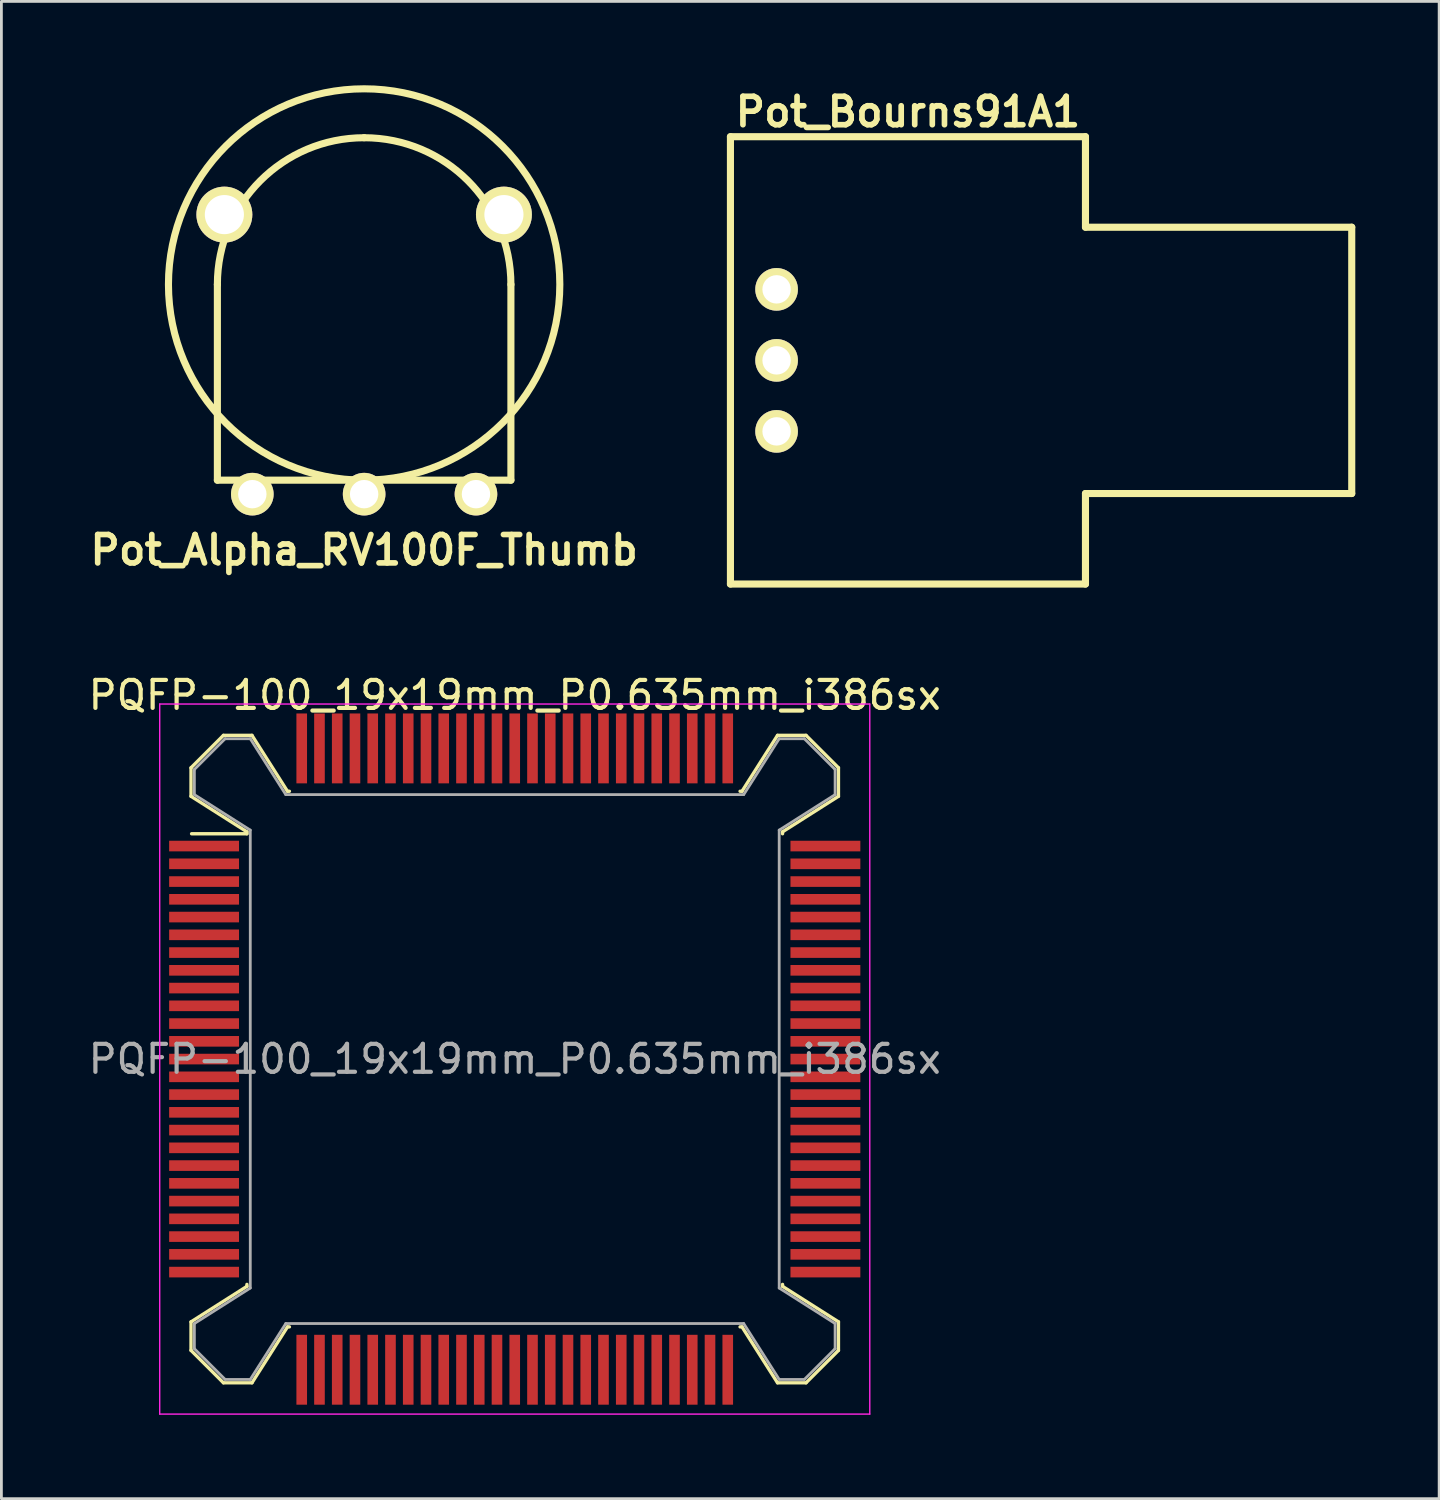
<source format=kicad_pcb>
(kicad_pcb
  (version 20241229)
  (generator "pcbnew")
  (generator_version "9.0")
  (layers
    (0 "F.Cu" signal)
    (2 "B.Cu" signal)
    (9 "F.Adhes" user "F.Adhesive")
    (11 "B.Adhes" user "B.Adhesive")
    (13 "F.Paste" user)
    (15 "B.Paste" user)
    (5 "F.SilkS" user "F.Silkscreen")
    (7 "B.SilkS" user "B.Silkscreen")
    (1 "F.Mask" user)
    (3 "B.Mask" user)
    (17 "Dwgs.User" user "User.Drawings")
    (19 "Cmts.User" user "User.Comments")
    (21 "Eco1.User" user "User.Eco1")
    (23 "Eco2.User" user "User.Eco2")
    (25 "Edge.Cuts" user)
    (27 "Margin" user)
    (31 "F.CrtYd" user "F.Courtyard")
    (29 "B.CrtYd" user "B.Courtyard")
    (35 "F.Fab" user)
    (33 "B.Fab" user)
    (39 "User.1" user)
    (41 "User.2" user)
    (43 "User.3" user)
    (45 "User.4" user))
  (footprint "Pot_Bourns91A1"
    (layer "F.Cu")
    (at 35.779 9.841)
    (property "Reference" "Pot_Bourns91A1" (at -6.35 -8.89 0) (layer "F.SilkS") (effects (font (size 1.016 1.016) (thickness 0.203))))
    (attr through_hole)
    (fp_line (start -12.7 -8.001) (end 0 -8.001) (stroke (width 0.254) (type solid)) (layer "F.SilkS"))
    (fp_line (start -12.7 8.001) (end -12.7 -8.001) (stroke (width 0.254) (type solid)) (layer "F.SilkS"))
    (fp_line (start 0 -4.763) (end 0 -8.001) (stroke (width 0.254) (type solid)) (layer "F.SilkS"))
    (fp_line (start 0 -4.763) (end 9.525 -4.763) (stroke (width 0.254) (type solid)) (layer "F.SilkS"))
    (fp_line (start 0 4.763) (end 0 8.001) (stroke (width 0.254) (type solid)) (layer "F.SilkS"))
    (fp_line (start 0 8.001) (end -12.7 8.001) (stroke (width 0.254) (type solid)) (layer "F.SilkS"))
    (fp_line (start 9.525 -4.763) (end 9.525 4.763) (stroke (width 0.254) (type solid)) (layer "F.SilkS"))
    (fp_line (start 9.525 4.763) (end 0 4.763) (stroke (width 0.254) (type solid)) (layer "F.SilkS"))
    (pad "1" thru_hole circle (at -11.049 2.54) (size 1.524 1.524) (drill 1.016) (layers "*.Cu" "*.Mask" "F.SilkS"))
    (pad "2" thru_hole circle (at -11.049 0) (size 1.524 1.524) (drill 1.016) (layers "*.Cu" "*.Mask" "F.SilkS"))
    (pad "3" thru_hole circle (at -11.049 -2.54) (size 1.524 1.524) (drill 1.016) (layers "*.Cu" "*.Mask" "F.SilkS")))
  (footprint "PQFP-100_19x19mm_P0.635mm_i386sx"
    (layer "F.Cu")
    (at 15.363 34.835)
    (property "Reference" "PQFP-100_19x19mm_P0.635mm_i386sx" (at 0 -13.018 0) (layer "F.SilkS") (effects (font (size 1 1) (thickness 0.15))))
    (attr smd)
    (fp_line (start -11.58 -10.42) (end -10.42 -11.58) (stroke (width 0.12) (type solid)) (layer "F.SilkS"))
    (fp_line (start -11.58 -9.4) (end -11.58 -10.42) (stroke (width 0.12) (type solid)) (layer "F.SilkS"))
    (fp_line (start -11.58 -9.4) (end -9.58 -8.13) (stroke (width 0.12) (type solid)) (layer "F.SilkS"))
    (fp_line (start -11.58 9.4) (end -11.58 10.42) (stroke (width 0.12) (type solid)) (layer "F.SilkS"))
    (fp_line (start -11.58 9.4) (end -9.58 8.13) (stroke (width 0.12) (type solid)) (layer "F.SilkS"))
    (fp_line (start -11.58 10.42) (end -10.42 11.58) (stroke (width 0.12) (type solid)) (layer "F.SilkS"))
    (fp_line (start -11.56 -8.06) (end -9.58 -8.06) (stroke (width 0.12) (type solid)) (layer "F.SilkS"))
    (fp_line (start -9.58 -8.13) (end -9.58 -8.06) (stroke (width 0.12) (type solid)) (layer "F.SilkS"))
    (fp_line (start -9.58 8.13) (end -9.58 8.06) (stroke (width 0.12) (type solid)) (layer "F.SilkS"))
    (fp_line (start -9.4 -11.58) (end -10.42 -11.58) (stroke (width 0.12) (type solid)) (layer "F.SilkS"))
    (fp_line (start -9.4 11.58) (end -10.42 11.58) (stroke (width 0.12) (type solid)) (layer "F.SilkS"))
    (fp_line (start -8.13 -9.58) (end -9.4 -11.58) (stroke (width 0.12) (type solid)) (layer "F.SilkS"))
    (fp_line (start -8.13 9.58) (end -9.4 11.58) (stroke (width 0.12) (type solid)) (layer "F.SilkS"))
    (fp_line (start -8.06 -9.58) (end -8.13 -9.58) (stroke (width 0.12) (type solid)) (layer "F.SilkS"))
    (fp_line (start -8.06 9.58) (end -8.13 9.58) (stroke (width 0.12) (type solid)) (layer "F.SilkS"))
    (fp_line (start 8.06 -9.58) (end 8.13 -9.58) (stroke (width 0.12) (type solid)) (layer "F.SilkS"))
    (fp_line (start 8.06 9.58) (end 8.13 9.58) (stroke (width 0.12) (type solid)) (layer "F.SilkS"))
    (fp_line (start 8.13 -9.58) (end 9.4 -11.58) (stroke (width 0.12) (type solid)) (layer "F.SilkS"))
    (fp_line (start 8.13 9.58) (end 9.4 11.58) (stroke (width 0.12) (type solid)) (layer "F.SilkS"))
    (fp_line (start 9.4 -11.58) (end 10.42 -11.58) (stroke (width 0.12) (type solid)) (layer "F.SilkS"))
    (fp_line (start 9.4 11.58) (end 10.42 11.58) (stroke (width 0.12) (type solid)) (layer "F.SilkS"))
    (fp_line (start 9.58 -8.13) (end 9.58 -8.06) (stroke (width 0.12) (type solid)) (layer "F.SilkS"))
    (fp_line (start 9.58 8.13) (end 9.58 8.06) (stroke (width 0.12) (type solid)) (layer "F.SilkS"))
    (fp_line (start 11.58 -10.42) (end 10.42 -11.58) (stroke (width 0.12) (type solid)) (layer "F.SilkS"))
    (fp_line (start 11.58 -9.4) (end 9.58 -8.13) (stroke (width 0.12) (type solid)) (layer "F.SilkS"))
    (fp_line (start 11.58 -9.4) (end 11.58 -10.42) (stroke (width 0.12) (type solid)) (layer "F.SilkS"))
    (fp_line (start 11.58 9.4) (end 9.58 8.13) (stroke (width 0.12) (type solid)) (layer "F.SilkS"))
    (fp_line (start 11.58 9.4) (end 11.58 10.42) (stroke (width 0.12) (type solid)) (layer "F.SilkS"))
    (fp_line (start 11.58 10.42) (end 10.42 11.58) (stroke (width 0.12) (type solid)) (layer "F.SilkS"))
    (fp_line (start -12.7 -12.7) (end -12.7 12.7) (stroke (width 0.05) (type solid)) (layer "F.CrtYd"))
    (fp_line (start 12.7 -12.7) (end -12.7 -12.7) (stroke (width 0.05) (type solid)) (layer "F.CrtYd"))
    (fp_line (start 12.7 -12.7) (end 12.7 12.7) (stroke (width 0.05) (type solid)) (layer "F.CrtYd"))
    (fp_line (start 12.7 12.7) (end -12.7 12.7) (stroke (width 0.05) (type solid)) (layer "F.CrtYd"))
    (fp_line (start -11.46 -10.36) (end -10.36 -11.46) (stroke (width 0.1) (type solid)) (layer "F.Fab"))
    (fp_line (start -11.46 -9.46) (end -11.46 -10.36) (stroke (width 0.1) (type solid)) (layer "F.Fab"))
    (fp_line (start -11.46 -9.46) (end -9.46 -8.19) (stroke (width 0.1) (type solid)) (layer "F.Fab"))
    (fp_line (start -11.46 9.46) (end -11.46 10.36) (stroke (width 0.1) (type solid)) (layer "F.Fab"))
    (fp_line (start -11.46 9.46) (end -9.46 8.19) (stroke (width 0.1) (type solid)) (layer "F.Fab"))
    (fp_line (start -11.46 10.36) (end -10.36 11.46) (stroke (width 0.1) (type solid)) (layer "F.Fab"))
    (fp_line (start -10.36 -11.46) (end -9.46 -11.46) (stroke (width 0.1) (type solid)) (layer "F.Fab"))
    (fp_line (start -10.36 11.46) (end -9.46 11.46) (stroke (width 0.1) (type solid)) (layer "F.Fab"))
    (fp_line (start -9.46 -11.46) (end -8.19 -9.46) (stroke (width 0.1) (type solid)) (layer "F.Fab"))
    (fp_line (start -9.46 8.19) (end -9.46 -8.19) (stroke (width 0.1) (type solid)) (layer "F.Fab"))
    (fp_line (start -9.46 11.46) (end -8.19 9.46) (stroke (width 0.1) (type solid)) (layer "F.Fab"))
    (fp_line (start -8.19 -9.46) (end 8.19 -9.46) (stroke (width 0.1) (type solid)) (layer "F.Fab"))
    (fp_line (start 8.19 9.46) (end -8.19 9.46) (stroke (width 0.1) (type solid)) (layer "F.Fab"))
    (fp_line (start 9.46 -11.46) (end 8.19 -9.46) (stroke (width 0.1) (type solid)) (layer "F.Fab"))
    (fp_line (start 9.46 -8.19) (end 9.46 8.19) (stroke (width 0.1) (type solid)) (layer "F.Fab"))
    (fp_line (start 9.46 11.46) (end 8.19 9.46) (stroke (width 0.1) (type solid)) (layer "F.Fab"))
    (fp_line (start 10.36 -11.46) (end 9.46 -11.46) (stroke (width 0.1) (type solid)) (layer "F.Fab"))
    (fp_line (start 10.36 11.46) (end 9.46 11.46) (stroke (width 0.1) (type solid)) (layer "F.Fab"))
    (fp_line (start 11.46 -10.36) (end 10.36 -11.46) (stroke (width 0.1) (type solid)) (layer "F.Fab"))
    (fp_line (start 11.46 -9.46) (end 9.46 -8.19) (stroke (width 0.1) (type solid)) (layer "F.Fab"))
    (fp_line (start 11.46 -9.46) (end 11.46 -10.36) (stroke (width 0.1) (type solid)) (layer "F.Fab"))
    (fp_line (start 11.46 9.46) (end 9.46 8.19) (stroke (width 0.1) (type solid)) (layer "F.Fab"))
    (fp_line (start 11.46 9.46) (end 11.46 10.36) (stroke (width 0.1) (type solid)) (layer "F.Fab"))
    (fp_line (start 11.46 10.36) (end 10.36 11.46) (stroke (width 0.1) (type solid)) (layer "F.Fab"))
    (fp_text user "${REFERENCE}" (at 0 0 0) (layer "F.Fab") (effects (font (size 1 1) (thickness 0.15))))
    (pad "1" smd rect (at -11.113 -7.62) (size 2.5 0.38) (layers "F.Cu" "F.Mask" "F.Paste"))
    (pad "2" smd rect (at -11.113 -6.985) (size 2.5 0.38) (layers "F.Cu" "F.Mask" "F.Paste"))
    (pad "3" smd rect (at -11.113 -6.35) (size 2.5 0.38) (layers "F.Cu" "F.Mask" "F.Paste"))
    (pad "4" smd rect (at -11.113 -5.715) (size 2.5 0.38) (layers "F.Cu" "F.Mask" "F.Paste"))
    (pad "5" smd rect (at -11.113 -5.08) (size 2.5 0.38) (layers "F.Cu" "F.Mask" "F.Paste"))
    (pad "6" smd rect (at -11.113 -4.445) (size 2.5 0.38) (layers "F.Cu" "F.Mask" "F.Paste"))
    (pad "7" smd rect (at -11.113 -3.81) (size 2.5 0.38) (layers "F.Cu" "F.Mask" "F.Paste"))
    (pad "8" smd rect (at -11.113 -3.175) (size 2.5 0.38) (layers "F.Cu" "F.Mask" "F.Paste"))
    (pad "9" smd rect (at -11.113 -2.54) (size 2.5 0.38) (layers "F.Cu" "F.Mask" "F.Paste"))
    (pad "10" smd rect (at -11.113 -1.905) (size 2.5 0.38) (layers "F.Cu" "F.Mask" "F.Paste"))
    (pad "11" smd rect (at -11.113 -1.27) (size 2.5 0.38) (layers "F.Cu" "F.Mask" "F.Paste"))
    (pad "12" smd rect (at -11.113 -0.635) (size 2.5 0.38) (layers "F.Cu" "F.Mask" "F.Paste"))
    (pad "13" smd rect (at -11.113 0) (size 2.5 0.38) (layers "F.Cu" "F.Mask" "F.Paste"))
    (pad "14" smd rect (at -11.113 0.635) (size 2.5 0.38) (layers "F.Cu" "F.Mask" "F.Paste"))
    (pad "15" smd rect (at -11.113 1.27) (size 2.5 0.38) (layers "F.Cu" "F.Mask" "F.Paste"))
    (pad "16" smd rect (at -11.113 1.905) (size 2.5 0.38) (layers "F.Cu" "F.Mask" "F.Paste"))
    (pad "17" smd rect (at -11.113 2.54) (size 2.5 0.38) (layers "F.Cu" "F.Mask" "F.Paste"))
    (pad "18" smd rect (at -11.113 3.175) (size 2.5 0.38) (layers "F.Cu" "F.Mask" "F.Paste"))
    (pad "19" smd rect (at -11.113 3.81) (size 2.5 0.38) (layers "F.Cu" "F.Mask" "F.Paste"))
    (pad "20" smd rect (at -11.113 4.445) (size 2.5 0.38) (layers "F.Cu" "F.Mask" "F.Paste"))
    (pad "21" smd rect (at -11.113 5.08) (size 2.5 0.38) (layers "F.Cu" "F.Mask" "F.Paste"))
    (pad "22" smd rect (at -11.113 5.715) (size 2.5 0.38) (layers "F.Cu" "F.Mask" "F.Paste"))
    (pad "23" smd rect (at -11.113 6.35) (size 2.5 0.38) (layers "F.Cu" "F.Mask" "F.Paste"))
    (pad "24" smd rect (at -11.113 6.985) (size 2.5 0.38) (layers "F.Cu" "F.Mask" "F.Paste"))
    (pad "25" smd rect (at -11.113 7.62) (size 2.5 0.38) (layers "F.Cu" "F.Mask" "F.Paste"))
    (pad "26" smd rect (at -7.62 11.113) (size 0.38 2.5) (layers "F.Cu" "F.Mask" "F.Paste"))
    (pad "27" smd rect (at -6.985 11.113) (size 0.38 2.5) (layers "F.Cu" "F.Mask" "F.Paste"))
    (pad "28" smd rect (at -6.35 11.113) (size 0.38 2.5) (layers "F.Cu" "F.Mask" "F.Paste"))
    (pad "29" smd rect (at -5.715 11.113) (size 0.38 2.5) (layers "F.Cu" "F.Mask" "F.Paste"))
    (pad "30" smd rect (at -5.08 11.113) (size 0.38 2.5) (layers "F.Cu" "F.Mask" "F.Paste"))
    (pad "31" smd rect (at -4.445 11.113) (size 0.38 2.5) (layers "F.Cu" "F.Mask" "F.Paste"))
    (pad "32" smd rect (at -3.81 11.113) (size 0.38 2.5) (layers "F.Cu" "F.Mask" "F.Paste"))
    (pad "33" smd rect (at -3.175 11.113) (size 0.38 2.5) (layers "F.Cu" "F.Mask" "F.Paste"))
    (pad "34" smd rect (at -2.54 11.113) (size 0.38 2.5) (layers "F.Cu" "F.Mask" "F.Paste"))
    (pad "35" smd rect (at -1.905 11.113) (size 0.38 2.5) (layers "F.Cu" "F.Mask" "F.Paste"))
    (pad "36" smd rect (at -1.27 11.113) (size 0.38 2.5) (layers "F.Cu" "F.Mask" "F.Paste"))
    (pad "37" smd rect (at -0.635 11.113) (size 0.38 2.5) (layers "F.Cu" "F.Mask" "F.Paste"))
    (pad "38" smd rect (at 0 11.113) (size 0.38 2.5) (layers "F.Cu" "F.Mask" "F.Paste"))
    (pad "39" smd rect (at 0.635 11.113) (size 0.38 2.5) (layers "F.Cu" "F.Mask" "F.Paste"))
    (pad "40" smd rect (at 1.27 11.113) (size 0.38 2.5) (layers "F.Cu" "F.Mask" "F.Paste"))
    (pad "41" smd rect (at 1.905 11.113) (size 0.38 2.5) (layers "F.Cu" "F.Mask" "F.Paste"))
    (pad "42" smd rect (at 2.54 11.113) (size 0.38 2.5) (layers "F.Cu" "F.Mask" "F.Paste"))
    (pad "43" smd rect (at 3.175 11.113) (size 0.38 2.5) (layers "F.Cu" "F.Mask" "F.Paste"))
    (pad "44" smd rect (at 3.81 11.113) (size 0.38 2.5) (layers "F.Cu" "F.Mask" "F.Paste"))
    (pad "45" smd rect (at 4.445 11.113) (size 0.38 2.5) (layers "F.Cu" "F.Mask" "F.Paste"))
    (pad "46" smd rect (at 5.08 11.113) (size 0.38 2.5) (layers "F.Cu" "F.Mask" "F.Paste"))
    (pad "47" smd rect (at 5.715 11.113) (size 0.38 2.5) (layers "F.Cu" "F.Mask" "F.Paste"))
    (pad "48" smd rect (at 6.35 11.113) (size 0.38 2.5) (layers "F.Cu" "F.Mask" "F.Paste"))
    (pad "49" smd rect (at 6.985 11.113) (size 0.38 2.5) (layers "F.Cu" "F.Mask" "F.Paste"))
    (pad "50" smd rect (at 7.62 11.113) (size 0.38 2.5) (layers "F.Cu" "F.Mask" "F.Paste"))
    (pad "51" smd rect (at 11.113 7.62) (size 2.5 0.38) (layers "F.Cu" "F.Mask" "F.Paste"))
    (pad "52" smd rect (at 11.113 6.985) (size 2.5 0.38) (layers "F.Cu" "F.Mask" "F.Paste"))
    (pad "53" smd rect (at 11.113 6.35) (size 2.5 0.38) (layers "F.Cu" "F.Mask" "F.Paste"))
    (pad "54" smd rect (at 11.113 5.715) (size 2.5 0.38) (layers "F.Cu" "F.Mask" "F.Paste"))
    (pad "55" smd rect (at 11.113 5.08) (size 2.5 0.38) (layers "F.Cu" "F.Mask" "F.Paste"))
    (pad "56" smd rect (at 11.113 4.445) (size 2.5 0.38) (layers "F.Cu" "F.Mask" "F.Paste"))
    (pad "57" smd rect (at 11.113 3.81) (size 2.5 0.38) (layers "F.Cu" "F.Mask" "F.Paste"))
    (pad "58" smd rect (at 11.113 3.175) (size 2.5 0.38) (layers "F.Cu" "F.Mask" "F.Paste"))
    (pad "59" smd rect (at 11.113 2.54) (size 2.5 0.38) (layers "F.Cu" "F.Mask" "F.Paste"))
    (pad "60" smd rect (at 11.113 1.905) (size 2.5 0.38) (layers "F.Cu" "F.Mask" "F.Paste"))
    (pad "61" smd rect (at 11.113 1.27) (size 2.5 0.38) (layers "F.Cu" "F.Mask" "F.Paste"))
    (pad "62" smd rect (at 11.113 0.635) (size 2.5 0.38) (layers "F.Cu" "F.Mask" "F.Paste"))
    (pad "63" smd rect (at 11.113 0) (size 2.5 0.38) (layers "F.Cu" "F.Mask" "F.Paste"))
    (pad "64" smd rect (at 11.113 -0.635) (size 2.5 0.38) (layers "F.Cu" "F.Mask" "F.Paste"))
    (pad "65" smd rect (at 11.113 -1.27) (size 2.5 0.38) (layers "F.Cu" "F.Mask" "F.Paste"))
    (pad "66" smd rect (at 11.113 -1.905) (size 2.5 0.38) (layers "F.Cu" "F.Mask" "F.Paste"))
    (pad "67" smd rect (at 11.113 -2.54) (size 2.5 0.38) (layers "F.Cu" "F.Mask" "F.Paste"))
    (pad "68" smd rect (at 11.113 -3.175) (size 2.5 0.38) (layers "F.Cu" "F.Mask" "F.Paste"))
    (pad "69" smd rect (at 11.113 -3.81) (size 2.5 0.38) (layers "F.Cu" "F.Mask" "F.Paste"))
    (pad "70" smd rect (at 11.113 -4.445) (size 2.5 0.38) (layers "F.Cu" "F.Mask" "F.Paste"))
    (pad "71" smd rect (at 11.113 -5.08) (size 2.5 0.38) (layers "F.Cu" "F.Mask" "F.Paste"))
    (pad "72" smd rect (at 11.113 -5.715) (size 2.5 0.38) (layers "F.Cu" "F.Mask" "F.Paste"))
    (pad "73" smd rect (at 11.113 -6.35) (size 2.5 0.38) (layers "F.Cu" "F.Mask" "F.Paste"))
    (pad "74" smd rect (at 11.113 -6.985) (size 2.5 0.38) (layers "F.Cu" "F.Mask" "F.Paste"))
    (pad "75" smd rect (at 11.113 -7.62) (size 2.5 0.38) (layers "F.Cu" "F.Mask" "F.Paste"))
    (pad "76" smd rect (at 7.62 -11.113) (size 0.38 2.5) (layers "F.Cu" "F.Mask" "F.Paste"))
    (pad "77" smd rect (at 6.985 -11.113) (size 0.38 2.5) (layers "F.Cu" "F.Mask" "F.Paste"))
    (pad "78" smd rect (at 6.35 -11.113) (size 0.38 2.5) (layers "F.Cu" "F.Mask" "F.Paste"))
    (pad "79" smd rect (at 5.715 -11.113) (size 0.38 2.5) (layers "F.Cu" "F.Mask" "F.Paste"))
    (pad "80" smd rect (at 5.08 -11.113) (size 0.38 2.5) (layers "F.Cu" "F.Mask" "F.Paste"))
    (pad "81" smd rect (at 4.445 -11.113) (size 0.38 2.5) (layers "F.Cu" "F.Mask" "F.Paste"))
    (pad "82" smd rect (at 3.81 -11.113) (size 0.38 2.5) (layers "F.Cu" "F.Mask" "F.Paste"))
    (pad "83" smd rect (at 3.175 -11.113) (size 0.38 2.5) (layers "F.Cu" "F.Mask" "F.Paste"))
    (pad "84" smd rect (at 2.54 -11.113) (size 0.38 2.5) (layers "F.Cu" "F.Mask" "F.Paste"))
    (pad "85" smd rect (at 1.905 -11.113) (size 0.38 2.5) (layers "F.Cu" "F.Mask" "F.Paste"))
    (pad "86" smd rect (at 1.27 -11.113) (size 0.38 2.5) (layers "F.Cu" "F.Mask" "F.Paste"))
    (pad "87" smd rect (at 0.635 -11.113) (size 0.38 2.5) (layers "F.Cu" "F.Mask" "F.Paste"))
    (pad "88" smd rect (at 0 -11.113) (size 0.38 2.5) (layers "F.Cu" "F.Mask" "F.Paste"))
    (pad "89" smd rect (at -0.635 -11.113) (size 0.38 2.5) (layers "F.Cu" "F.Mask" "F.Paste"))
    (pad "90" smd rect (at -1.27 -11.113) (size 0.38 2.5) (layers "F.Cu" "F.Mask" "F.Paste"))
    (pad "91" smd rect (at -1.905 -11.113) (size 0.38 2.5) (layers "F.Cu" "F.Mask" "F.Paste"))
    (pad "92" smd rect (at -2.54 -11.113) (size 0.38 2.5) (layers "F.Cu" "F.Mask" "F.Paste"))
    (pad "93" smd rect (at -3.175 -11.113) (size 0.38 2.5) (layers "F.Cu" "F.Mask" "F.Paste"))
    (pad "94" smd rect (at -3.81 -11.113) (size 0.38 2.5) (layers "F.Cu" "F.Mask" "F.Paste"))
    (pad "95" smd rect (at -4.445 -11.113) (size 0.38 2.5) (layers "F.Cu" "F.Mask" "F.Paste"))
    (pad "96" smd rect (at -5.08 -11.113) (size 0.38 2.5) (layers "F.Cu" "F.Mask" "F.Paste"))
    (pad "97" smd rect (at -5.715 -11.113) (size 0.38 2.5) (layers "F.Cu" "F.Mask" "F.Paste"))
    (pad "98" smd rect (at -6.35 -11.113) (size 0.38 2.5) (layers "F.Cu" "F.Mask" "F.Paste"))
    (pad "99" smd rect (at -6.985 -11.113) (size 0.38 2.5) (layers "F.Cu" "F.Mask" "F.Paste"))
    (pad "100" smd rect (at -7.62 -11.113) (size 0.38 2.5) (layers "F.Cu" "F.Mask" "F.Paste")))
  (footprint "Pot_Alpha_RV100F_Thumb"
    (layer "F.Cu")
    (at 9.976 7.127)
    (property "Reference" "Pot_Alpha_RV100F_Thumb" (at 0 9.5 0) (layer "F.SilkS") (effects (font (size 1.016 1.016) (thickness 0.203))))
    (attr through_hole)
    (fp_line (start -5.25 0) (end -5.25 7) (stroke (width 0.254) (type solid)) (layer "F.SilkS"))
    (fp_line (start -5.25 7) (end 5.25 7) (stroke (width 0.254) (type solid)) (layer "F.SilkS"))
    (fp_line (start 5.25 7) (end 5.25 0) (stroke (width 0.254) (type solid)) (layer "F.SilkS"))
    (fp_arc (start -5.25 0) (mid -3.712311 -3.712311) (end 0 -5.25) (stroke (width 0.254) (type solid)) (layer "F.SilkS"))
    (fp_arc (start 0 -5.25) (mid 3.712311 -3.712311) (end 5.25 0) (stroke (width 0.254) (type solid)) (layer "F.SilkS"))
    (fp_circle (center 0 0) (end 0 -7) (stroke (width 0.254) (type solid)) (fill no) (layer "F.SilkS"))
    (pad "1" thru_hole circle (at -4 7.5) (size 1.524 1.524) (drill 1.016) (layers "*.Cu" "*.Mask" "F.SilkS"))
    (pad "2" thru_hole circle (at 0 7.5) (size 1.524 1.524) (drill 1.016) (layers "*.Cu" "*.Mask" "F.SilkS"))
    (pad "3" thru_hole circle (at 4 7.5) (size 1.524 1.524) (drill 1.016) (layers "*.Cu" "*.Mask" "F.SilkS"))
    (pad "4" thru_hole circle (at -5 -2.5) (size 2 2) (drill 1.4) (layers "*.Cu" "*.Mask" "F.SilkS"))
    (pad "5" thru_hole circle (at 5 -2.5) (size 2 2) (drill 1.4) (layers "*.Cu" "*.Mask" "F.SilkS")))
  (gr_rect
    (start -3 -3)
    (end 48.431 50.56)
    (stroke (width 0.1) (type default))
    (fill no)
    (layer "Edge.Cuts")))
</source>
